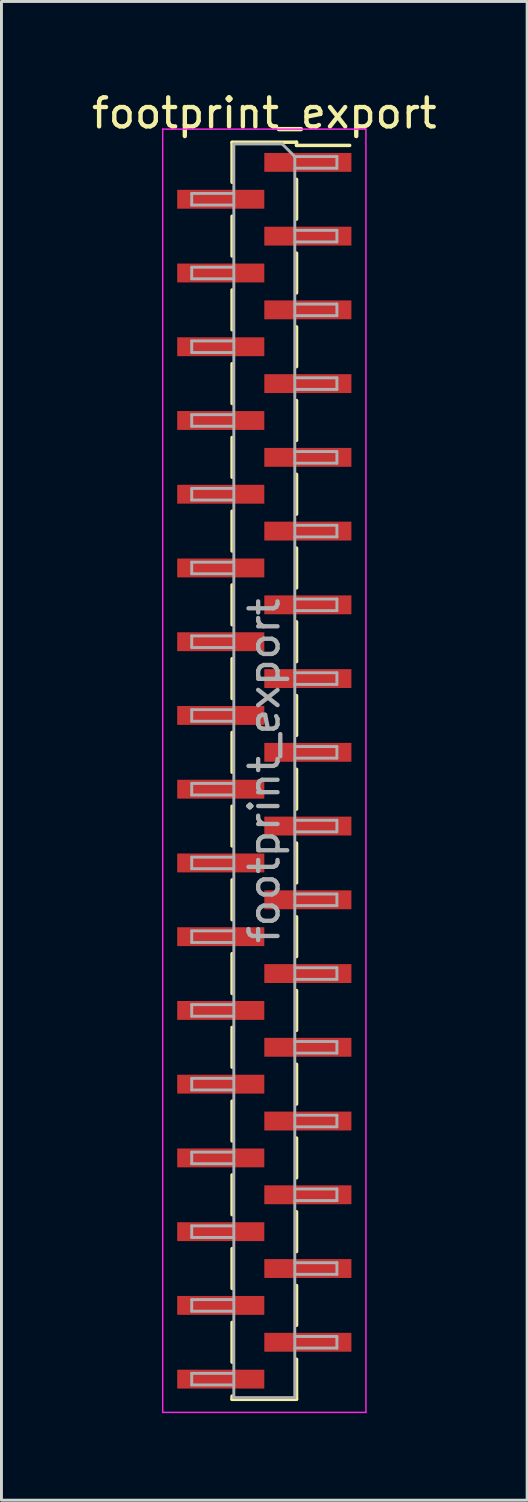
<source format=kicad_pcb>
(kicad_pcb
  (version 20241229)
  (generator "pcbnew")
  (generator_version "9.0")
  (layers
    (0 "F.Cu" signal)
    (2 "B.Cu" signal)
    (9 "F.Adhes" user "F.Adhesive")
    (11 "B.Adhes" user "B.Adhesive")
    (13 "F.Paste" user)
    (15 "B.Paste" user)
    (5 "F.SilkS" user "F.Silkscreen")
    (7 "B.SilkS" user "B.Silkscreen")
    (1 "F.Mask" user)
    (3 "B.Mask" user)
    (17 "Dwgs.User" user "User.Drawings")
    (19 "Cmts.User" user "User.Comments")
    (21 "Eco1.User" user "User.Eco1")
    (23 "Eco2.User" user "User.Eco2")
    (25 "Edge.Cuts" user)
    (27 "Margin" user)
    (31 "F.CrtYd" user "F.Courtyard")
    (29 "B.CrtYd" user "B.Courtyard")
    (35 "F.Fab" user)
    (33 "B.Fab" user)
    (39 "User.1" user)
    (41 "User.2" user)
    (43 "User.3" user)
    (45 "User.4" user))
  (footprint "footprint_export"
    (layer "F.Cu")
    (at 6.054 23.498)
    (property "Reference" "footprint_export" (at 0 -22.65 0) (layer "F.SilkS") (effects (font (size 1 1) (thickness 0.15))))
    (attr smd)
    (fp_line (start -1.11 -21.65) (end 1.11 -21.65) (stroke (width 0.12) (type solid)) (layer "F.SilkS"))
    (fp_line (start -1.11 -21.64) (end -1.11 -20.27) (stroke (width 0.12) (type solid)) (layer "F.SilkS"))
    (fp_line (start -1.11 -19.1) (end -1.11 -17.73) (stroke (width 0.12) (type solid)) (layer "F.SilkS"))
    (fp_line (start -1.11 -16.56) (end -1.11 -15.19) (stroke (width 0.12) (type solid)) (layer "F.SilkS"))
    (fp_line (start -1.11 -14.02) (end -1.11 -12.65) (stroke (width 0.12) (type solid)) (layer "F.SilkS"))
    (fp_line (start -1.11 -11.48) (end -1.11 -10.11) (stroke (width 0.12) (type solid)) (layer "F.SilkS"))
    (fp_line (start -1.11 -8.94) (end -1.11 -7.57) (stroke (width 0.12) (type solid)) (layer "F.SilkS"))
    (fp_line (start -1.11 -6.4) (end -1.11 -5.03) (stroke (width 0.12) (type solid)) (layer "F.SilkS"))
    (fp_line (start -1.11 -3.86) (end -1.11 -2.49) (stroke (width 0.12) (type solid)) (layer "F.SilkS"))
    (fp_line (start -1.11 -1.32) (end -1.11 0.05) (stroke (width 0.12) (type solid)) (layer "F.SilkS"))
    (fp_line (start -1.11 1.22) (end -1.11 2.59) (stroke (width 0.12) (type solid)) (layer "F.SilkS"))
    (fp_line (start -1.11 3.76) (end -1.11 5.13) (stroke (width 0.12) (type solid)) (layer "F.SilkS"))
    (fp_line (start -1.11 6.3) (end -1.11 7.67) (stroke (width 0.12) (type solid)) (layer "F.SilkS"))
    (fp_line (start -1.11 8.84) (end -1.11 10.21) (stroke (width 0.12) (type solid)) (layer "F.SilkS"))
    (fp_line (start -1.11 11.38) (end -1.11 12.75) (stroke (width 0.12) (type solid)) (layer "F.SilkS"))
    (fp_line (start -1.11 13.92) (end -1.11 15.29) (stroke (width 0.12) (type solid)) (layer "F.SilkS"))
    (fp_line (start -1.11 16.46) (end -1.11 17.83) (stroke (width 0.12) (type solid)) (layer "F.SilkS"))
    (fp_line (start -1.11 19) (end -1.11 20.37) (stroke (width 0.12) (type solid)) (layer "F.SilkS"))
    (fp_line (start -1.11 21.54) (end -1.11 21.65) (stroke (width 0.12) (type solid)) (layer "F.SilkS"))
    (fp_line (start -1.11 21.65) (end 1.11 21.65) (stroke (width 0.12) (type solid)) (layer "F.SilkS"))
    (fp_line (start 1.11 -21.65) (end 1.11 -21.54) (stroke (width 0.12) (type solid)) (layer "F.SilkS"))
    (fp_line (start 1.11 -21.54) (end 2.94 -21.54) (stroke (width 0.12) (type solid)) (layer "F.SilkS"))
    (fp_line (start 1.11 -20.37) (end 1.11 -19) (stroke (width 0.12) (type solid)) (layer "F.SilkS"))
    (fp_line (start 1.11 -17.83) (end 1.11 -16.46) (stroke (width 0.12) (type solid)) (layer "F.SilkS"))
    (fp_line (start 1.11 -15.29) (end 1.11 -13.92) (stroke (width 0.12) (type solid)) (layer "F.SilkS"))
    (fp_line (start 1.11 -12.75) (end 1.11 -11.38) (stroke (width 0.12) (type solid)) (layer "F.SilkS"))
    (fp_line (start 1.11 -10.21) (end 1.11 -8.84) (stroke (width 0.12) (type solid)) (layer "F.SilkS"))
    (fp_line (start 1.11 -7.67) (end 1.11 -6.3) (stroke (width 0.12) (type solid)) (layer "F.SilkS"))
    (fp_line (start 1.11 -5.13) (end 1.11 -3.76) (stroke (width 0.12) (type solid)) (layer "F.SilkS"))
    (fp_line (start 1.11 -2.59) (end 1.11 -1.22) (stroke (width 0.12) (type solid)) (layer "F.SilkS"))
    (fp_line (start 1.11 -0.05) (end 1.11 1.32) (stroke (width 0.12) (type solid)) (layer "F.SilkS"))
    (fp_line (start 1.11 2.49) (end 1.11 3.86) (stroke (width 0.12) (type solid)) (layer "F.SilkS"))
    (fp_line (start 1.11 5.03) (end 1.11 6.4) (stroke (width 0.12) (type solid)) (layer "F.SilkS"))
    (fp_line (start 1.11 7.57) (end 1.11 8.94) (stroke (width 0.12) (type solid)) (layer "F.SilkS"))
    (fp_line (start 1.11 10.11) (end 1.11 11.48) (stroke (width 0.12) (type solid)) (layer "F.SilkS"))
    (fp_line (start 1.11 12.65) (end 1.11 14.02) (stroke (width 0.12) (type solid)) (layer "F.SilkS"))
    (fp_line (start 1.11 15.19) (end 1.11 16.56) (stroke (width 0.12) (type solid)) (layer "F.SilkS"))
    (fp_line (start 1.11 17.73) (end 1.11 19.1) (stroke (width 0.12) (type solid)) (layer "F.SilkS"))
    (fp_line (start 1.11 20.27) (end 1.11 21.64) (stroke (width 0.12) (type solid)) (layer "F.SilkS"))
    (fp_line (start -3.5 -22.1) (end -3.5 22.1) (stroke (width 0.05) (type solid)) (layer "F.CrtYd"))
    (fp_line (start -3.5 22.1) (end 3.5 22.1) (stroke (width 0.05) (type solid)) (layer "F.CrtYd"))
    (fp_line (start 3.5 -22.1) (end -3.5 -22.1) (stroke (width 0.05) (type solid)) (layer "F.CrtYd"))
    (fp_line (start 3.5 22.1) (end 3.5 -22.1) (stroke (width 0.05) (type solid)) (layer "F.CrtYd"))
    (fp_line (start -2.5 -19.885) (end -2.5 -19.485) (stroke (width 0.1) (type solid)) (layer "F.Fab"))
    (fp_line (start -2.5 -19.485) (end -1.05 -19.485) (stroke (width 0.1) (type solid)) (layer "F.Fab"))
    (fp_line (start -2.5 -17.345) (end -2.5 -16.945) (stroke (width 0.1) (type solid)) (layer "F.Fab"))
    (fp_line (start -2.5 -16.945) (end -1.05 -16.945) (stroke (width 0.1) (type solid)) (layer "F.Fab"))
    (fp_line (start -2.5 -14.805) (end -2.5 -14.405) (stroke (width 0.1) (type solid)) (layer "F.Fab"))
    (fp_line (start -2.5 -14.405) (end -1.05 -14.405) (stroke (width 0.1) (type solid)) (layer "F.Fab"))
    (fp_line (start -2.5 -12.265) (end -2.5 -11.865) (stroke (width 0.1) (type solid)) (layer "F.Fab"))
    (fp_line (start -2.5 -11.865) (end -1.05 -11.865) (stroke (width 0.1) (type solid)) (layer "F.Fab"))
    (fp_line (start -2.5 -9.725) (end -2.5 -9.325) (stroke (width 0.1) (type solid)) (layer "F.Fab"))
    (fp_line (start -2.5 -9.325) (end -1.05 -9.325) (stroke (width 0.1) (type solid)) (layer "F.Fab"))
    (fp_line (start -2.5 -7.185) (end -2.5 -6.785) (stroke (width 0.1) (type solid)) (layer "F.Fab"))
    (fp_line (start -2.5 -6.785) (end -1.05 -6.785) (stroke (width 0.1) (type solid)) (layer "F.Fab"))
    (fp_line (start -2.5 -4.645) (end -2.5 -4.245) (stroke (width 0.1) (type solid)) (layer "F.Fab"))
    (fp_line (start -2.5 -4.245) (end -1.05 -4.245) (stroke (width 0.1) (type solid)) (layer "F.Fab"))
    (fp_line (start -2.5 -2.105) (end -2.5 -1.705) (stroke (width 0.1) (type solid)) (layer "F.Fab"))
    (fp_line (start -2.5 -1.705) (end -1.05 -1.705) (stroke (width 0.1) (type solid)) (layer "F.Fab"))
    (fp_line (start -2.5 0.435) (end -2.5 0.835) (stroke (width 0.1) (type solid)) (layer "F.Fab"))
    (fp_line (start -2.5 0.835) (end -1.05 0.835) (stroke (width 0.1) (type solid)) (layer "F.Fab"))
    (fp_line (start -2.5 2.975) (end -2.5 3.375) (stroke (width 0.1) (type solid)) (layer "F.Fab"))
    (fp_line (start -2.5 3.375) (end -1.05 3.375) (stroke (width 0.1) (type solid)) (layer "F.Fab"))
    (fp_line (start -2.5 5.515) (end -2.5 5.915) (stroke (width 0.1) (type solid)) (layer "F.Fab"))
    (fp_line (start -2.5 5.915) (end -1.05 5.915) (stroke (width 0.1) (type solid)) (layer "F.Fab"))
    (fp_line (start -2.5 8.055) (end -2.5 8.455) (stroke (width 0.1) (type solid)) (layer "F.Fab"))
    (fp_line (start -2.5 8.455) (end -1.05 8.455) (stroke (width 0.1) (type solid)) (layer "F.Fab"))
    (fp_line (start -2.5 10.595) (end -2.5 10.995) (stroke (width 0.1) (type solid)) (layer "F.Fab"))
    (fp_line (start -2.5 10.995) (end -1.05 10.995) (stroke (width 0.1) (type solid)) (layer "F.Fab"))
    (fp_line (start -2.5 13.135) (end -2.5 13.535) (stroke (width 0.1) (type solid)) (layer "F.Fab"))
    (fp_line (start -2.5 13.535) (end -1.05 13.535) (stroke (width 0.1) (type solid)) (layer "F.Fab"))
    (fp_line (start -2.5 15.675) (end -2.5 16.075) (stroke (width 0.1) (type solid)) (layer "F.Fab"))
    (fp_line (start -2.5 16.075) (end -1.05 16.075) (stroke (width 0.1) (type solid)) (layer "F.Fab"))
    (fp_line (start -2.5 18.215) (end -2.5 18.615) (stroke (width 0.1) (type solid)) (layer "F.Fab"))
    (fp_line (start -2.5 18.615) (end -1.05 18.615) (stroke (width 0.1) (type solid)) (layer "F.Fab"))
    (fp_line (start -2.5 20.755) (end -2.5 21.155) (stroke (width 0.1) (type solid)) (layer "F.Fab"))
    (fp_line (start -2.5 21.155) (end -1.05 21.155) (stroke (width 0.1) (type solid)) (layer "F.Fab"))
    (fp_line (start -1.05 -21.59) (end -1.05 21.59) (stroke (width 0.1) (type solid)) (layer "F.Fab"))
    (fp_line (start -1.05 -21.59) (end 0.615 -21.59) (stroke (width 0.1) (type solid)) (layer "F.Fab"))
    (fp_line (start -1.05 -19.885) (end -2.5 -19.885) (stroke (width 0.1) (type solid)) (layer "F.Fab"))
    (fp_line (start -1.05 -17.345) (end -2.5 -17.345) (stroke (width 0.1) (type solid)) (layer "F.Fab"))
    (fp_line (start -1.05 -14.805) (end -2.5 -14.805) (stroke (width 0.1) (type solid)) (layer "F.Fab"))
    (fp_line (start -1.05 -12.265) (end -2.5 -12.265) (stroke (width 0.1) (type solid)) (layer "F.Fab"))
    (fp_line (start -1.05 -9.725) (end -2.5 -9.725) (stroke (width 0.1) (type solid)) (layer "F.Fab"))
    (fp_line (start -1.05 -7.185) (end -2.5 -7.185) (stroke (width 0.1) (type solid)) (layer "F.Fab"))
    (fp_line (start -1.05 -4.645) (end -2.5 -4.645) (stroke (width 0.1) (type solid)) (layer "F.Fab"))
    (fp_line (start -1.05 -2.105) (end -2.5 -2.105) (stroke (width 0.1) (type solid)) (layer "F.Fab"))
    (fp_line (start -1.05 0.435) (end -2.5 0.435) (stroke (width 0.1) (type solid)) (layer "F.Fab"))
    (fp_line (start -1.05 2.975) (end -2.5 2.975) (stroke (width 0.1) (type solid)) (layer "F.Fab"))
    (fp_line (start -1.05 5.515) (end -2.5 5.515) (stroke (width 0.1) (type solid)) (layer "F.Fab"))
    (fp_line (start -1.05 8.055) (end -2.5 8.055) (stroke (width 0.1) (type solid)) (layer "F.Fab"))
    (fp_line (start -1.05 10.595) (end -2.5 10.595) (stroke (width 0.1) (type solid)) (layer "F.Fab"))
    (fp_line (start -1.05 13.135) (end -2.5 13.135) (stroke (width 0.1) (type solid)) (layer "F.Fab"))
    (fp_line (start -1.05 15.675) (end -2.5 15.675) (stroke (width 0.1) (type solid)) (layer "F.Fab"))
    (fp_line (start -1.05 18.215) (end -2.5 18.215) (stroke (width 0.1) (type solid)) (layer "F.Fab"))
    (fp_line (start -1.05 20.755) (end -2.5 20.755) (stroke (width 0.1) (type solid)) (layer "F.Fab"))
    (fp_line (start 1.05 -21.155) (end 0.615 -21.59) (stroke (width 0.1) (type solid)) (layer "F.Fab"))
    (fp_line (start 1.05 -21.155) (end 2.5 -21.155) (stroke (width 0.1) (type solid)) (layer "F.Fab"))
    (fp_line (start 1.05 -18.615) (end 2.5 -18.615) (stroke (width 0.1) (type solid)) (layer "F.Fab"))
    (fp_line (start 1.05 -16.075) (end 2.5 -16.075) (stroke (width 0.1) (type solid)) (layer "F.Fab"))
    (fp_line (start 1.05 -13.535) (end 2.5 -13.535) (stroke (width 0.1) (type solid)) (layer "F.Fab"))
    (fp_line (start 1.05 -10.995) (end 2.5 -10.995) (stroke (width 0.1) (type solid)) (layer "F.Fab"))
    (fp_line (start 1.05 -8.455) (end 2.5 -8.455) (stroke (width 0.1) (type solid)) (layer "F.Fab"))
    (fp_line (start 1.05 -5.915) (end 2.5 -5.915) (stroke (width 0.1) (type solid)) (layer "F.Fab"))
    (fp_line (start 1.05 -3.375) (end 2.5 -3.375) (stroke (width 0.1) (type solid)) (layer "F.Fab"))
    (fp_line (start 1.05 -0.835) (end 2.5 -0.835) (stroke (width 0.1) (type solid)) (layer "F.Fab"))
    (fp_line (start 1.05 1.705) (end 2.5 1.705) (stroke (width 0.1) (type solid)) (layer "F.Fab"))
    (fp_line (start 1.05 4.245) (end 2.5 4.245) (stroke (width 0.1) (type solid)) (layer "F.Fab"))
    (fp_line (start 1.05 6.785) (end 2.5 6.785) (stroke (width 0.1) (type solid)) (layer "F.Fab"))
    (fp_line (start 1.05 9.325) (end 2.5 9.325) (stroke (width 0.1) (type solid)) (layer "F.Fab"))
    (fp_line (start 1.05 11.865) (end 2.5 11.865) (stroke (width 0.1) (type solid)) (layer "F.Fab"))
    (fp_line (start 1.05 14.405) (end 2.5 14.405) (stroke (width 0.1) (type solid)) (layer "F.Fab"))
    (fp_line (start 1.05 16.945) (end 2.5 16.945) (stroke (width 0.1) (type solid)) (layer "F.Fab"))
    (fp_line (start 1.05 19.485) (end 2.5 19.485) (stroke (width 0.1) (type solid)) (layer "F.Fab"))
    (fp_line (start 1.05 21.59) (end -1.05 21.59) (stroke (width 0.1) (type solid)) (layer "F.Fab"))
    (fp_line (start 1.05 21.59) (end 1.05 -21.155) (stroke (width 0.1) (type solid)) (layer "F.Fab"))
    (fp_line (start 2.5 -21.155) (end 2.5 -20.755) (stroke (width 0.1) (type solid)) (layer "F.Fab"))
    (fp_line (start 2.5 -20.755) (end 1.05 -20.755) (stroke (width 0.1) (type solid)) (layer "F.Fab"))
    (fp_line (start 2.5 -18.615) (end 2.5 -18.215) (stroke (width 0.1) (type solid)) (layer "F.Fab"))
    (fp_line (start 2.5 -18.215) (end 1.05 -18.215) (stroke (width 0.1) (type solid)) (layer "F.Fab"))
    (fp_line (start 2.5 -16.075) (end 2.5 -15.675) (stroke (width 0.1) (type solid)) (layer "F.Fab"))
    (fp_line (start 2.5 -15.675) (end 1.05 -15.675) (stroke (width 0.1) (type solid)) (layer "F.Fab"))
    (fp_line (start 2.5 -13.535) (end 2.5 -13.135) (stroke (width 0.1) (type solid)) (layer "F.Fab"))
    (fp_line (start 2.5 -13.135) (end 1.05 -13.135) (stroke (width 0.1) (type solid)) (layer "F.Fab"))
    (fp_line (start 2.5 -10.995) (end 2.5 -10.595) (stroke (width 0.1) (type solid)) (layer "F.Fab"))
    (fp_line (start 2.5 -10.595) (end 1.05 -10.595) (stroke (width 0.1) (type solid)) (layer "F.Fab"))
    (fp_line (start 2.5 -8.455) (end 2.5 -8.055) (stroke (width 0.1) (type solid)) (layer "F.Fab"))
    (fp_line (start 2.5 -8.055) (end 1.05 -8.055) (stroke (width 0.1) (type solid)) (layer "F.Fab"))
    (fp_line (start 2.5 -5.915) (end 2.5 -5.515) (stroke (width 0.1) (type solid)) (layer "F.Fab"))
    (fp_line (start 2.5 -5.515) (end 1.05 -5.515) (stroke (width 0.1) (type solid)) (layer "F.Fab"))
    (fp_line (start 2.5 -3.375) (end 2.5 -2.975) (stroke (width 0.1) (type solid)) (layer "F.Fab"))
    (fp_line (start 2.5 -2.975) (end 1.05 -2.975) (stroke (width 0.1) (type solid)) (layer "F.Fab"))
    (fp_line (start 2.5 -0.835) (end 2.5 -0.435) (stroke (width 0.1) (type solid)) (layer "F.Fab"))
    (fp_line (start 2.5 -0.435) (end 1.05 -0.435) (stroke (width 0.1) (type solid)) (layer "F.Fab"))
    (fp_line (start 2.5 1.705) (end 2.5 2.105) (stroke (width 0.1) (type solid)) (layer "F.Fab"))
    (fp_line (start 2.5 2.105) (end 1.05 2.105) (stroke (width 0.1) (type solid)) (layer "F.Fab"))
    (fp_line (start 2.5 4.245) (end 2.5 4.645) (stroke (width 0.1) (type solid)) (layer "F.Fab"))
    (fp_line (start 2.5 4.645) (end 1.05 4.645) (stroke (width 0.1) (type solid)) (layer "F.Fab"))
    (fp_line (start 2.5 6.785) (end 2.5 7.185) (stroke (width 0.1) (type solid)) (layer "F.Fab"))
    (fp_line (start 2.5 7.185) (end 1.05 7.185) (stroke (width 0.1) (type solid)) (layer "F.Fab"))
    (fp_line (start 2.5 9.325) (end 2.5 9.725) (stroke (width 0.1) (type solid)) (layer "F.Fab"))
    (fp_line (start 2.5 9.725) (end 1.05 9.725) (stroke (width 0.1) (type solid)) (layer "F.Fab"))
    (fp_line (start 2.5 11.865) (end 2.5 12.265) (stroke (width 0.1) (type solid)) (layer "F.Fab"))
    (fp_line (start 2.5 12.265) (end 1.05 12.265) (stroke (width 0.1) (type solid)) (layer "F.Fab"))
    (fp_line (start 2.5 14.405) (end 2.5 14.805) (stroke (width 0.1) (type solid)) (layer "F.Fab"))
    (fp_line (start 2.5 14.805) (end 1.05 14.805) (stroke (width 0.1) (type solid)) (layer "F.Fab"))
    (fp_line (start 2.5 16.945) (end 2.5 17.345) (stroke (width 0.1) (type solid)) (layer "F.Fab"))
    (fp_line (start 2.5 17.345) (end 1.05 17.345) (stroke (width 0.1) (type solid)) (layer "F.Fab"))
    (fp_line (start 2.5 19.485) (end 2.5 19.885) (stroke (width 0.1) (type solid)) (layer "F.Fab"))
    (fp_line (start 2.5 19.885) (end 1.05 19.885) (stroke (width 0.1) (type solid)) (layer "F.Fab"))
    (fp_text user "${REFERENCE}" (at 0 0 90) (layer "F.Fab") (effects (font (size 1 1) (thickness 0.15))))
    (pad "1" smd rect (at 1.5 -20.955) (size 3 0.65) (layers "F.Cu" "F.Mask" "F.Paste"))
    (pad "2" smd rect (at -1.5 -19.685) (size 3 0.65) (layers "F.Cu" "F.Mask" "F.Paste"))
    (pad "3" smd rect (at 1.5 -18.415) (size 3 0.65) (layers "F.Cu" "F.Mask" "F.Paste"))
    (pad "4" smd rect (at -1.5 -17.145) (size 3 0.65) (layers "F.Cu" "F.Mask" "F.Paste"))
    (pad "5" smd rect (at 1.5 -15.875) (size 3 0.65) (layers "F.Cu" "F.Mask" "F.Paste"))
    (pad "6" smd rect (at -1.5 -14.605) (size 3 0.65) (layers "F.Cu" "F.Mask" "F.Paste"))
    (pad "7" smd rect (at 1.5 -13.335) (size 3 0.65) (layers "F.Cu" "F.Mask" "F.Paste"))
    (pad "8" smd rect (at -1.5 -12.065) (size 3 0.65) (layers "F.Cu" "F.Mask" "F.Paste"))
    (pad "9" smd rect (at 1.5 -10.795) (size 3 0.65) (layers "F.Cu" "F.Mask" "F.Paste"))
    (pad "10" smd rect (at -1.5 -9.525) (size 3 0.65) (layers "F.Cu" "F.Mask" "F.Paste"))
    (pad "11" smd rect (at 1.5 -8.255) (size 3 0.65) (layers "F.Cu" "F.Mask" "F.Paste"))
    (pad "12" smd rect (at -1.5 -6.985) (size 3 0.65) (layers "F.Cu" "F.Mask" "F.Paste"))
    (pad "13" smd rect (at 1.5 -5.715) (size 3 0.65) (layers "F.Cu" "F.Mask" "F.Paste"))
    (pad "14" smd rect (at -1.5 -4.445) (size 3 0.65) (layers "F.Cu" "F.Mask" "F.Paste"))
    (pad "15" smd rect (at 1.5 -3.175) (size 3 0.65) (layers "F.Cu" "F.Mask" "F.Paste"))
    (pad "16" smd rect (at -1.5 -1.905) (size 3 0.65) (layers "F.Cu" "F.Mask" "F.Paste"))
    (pad "17" smd rect (at 1.5 -0.635) (size 3 0.65) (layers "F.Cu" "F.Mask" "F.Paste"))
    (pad "18" smd rect (at -1.5 0.635) (size 3 0.65) (layers "F.Cu" "F.Mask" "F.Paste"))
    (pad "19" smd rect (at 1.5 1.905) (size 3 0.65) (layers "F.Cu" "F.Mask" "F.Paste"))
    (pad "20" smd rect (at -1.5 3.175) (size 3 0.65) (layers "F.Cu" "F.Mask" "F.Paste"))
    (pad "21" smd rect (at 1.5 4.445) (size 3 0.65) (layers "F.Cu" "F.Mask" "F.Paste"))
    (pad "22" smd rect (at -1.5 5.715) (size 3 0.65) (layers "F.Cu" "F.Mask" "F.Paste"))
    (pad "23" smd rect (at 1.5 6.985) (size 3 0.65) (layers "F.Cu" "F.Mask" "F.Paste"))
    (pad "24" smd rect (at -1.5 8.255) (size 3 0.65) (layers "F.Cu" "F.Mask" "F.Paste"))
    (pad "25" smd rect (at 1.5 9.525) (size 3 0.65) (layers "F.Cu" "F.Mask" "F.Paste"))
    (pad "26" smd rect (at -1.5 10.795) (size 3 0.65) (layers "F.Cu" "F.Mask" "F.Paste"))
    (pad "27" smd rect (at 1.5 12.065) (size 3 0.65) (layers "F.Cu" "F.Mask" "F.Paste"))
    (pad "28" smd rect (at -1.5 13.335) (size 3 0.65) (layers "F.Cu" "F.Mask" "F.Paste"))
    (pad "29" smd rect (at 1.5 14.605) (size 3 0.65) (layers "F.Cu" "F.Mask" "F.Paste"))
    (pad "30" smd rect (at -1.5 15.875) (size 3 0.65) (layers "F.Cu" "F.Mask" "F.Paste"))
    (pad "31" smd rect (at 1.5 17.145) (size 3 0.65) (layers "F.Cu" "F.Mask" "F.Paste"))
    (pad "32" smd rect (at -1.5 18.415) (size 3 0.65) (layers "F.Cu" "F.Mask" "F.Paste"))
    (pad "33" smd rect (at 1.5 19.685) (size 3 0.65) (layers "F.Cu" "F.Mask" "F.Paste"))
    (pad "34" smd rect (at -1.5 20.955) (size 3 0.65) (layers "F.Cu" "F.Mask" "F.Paste")))
  (gr_rect
    (start -3 -3)
    (end 15.107 48.623)
    (stroke (width 0.1) (type default))
    (fill no)
    (layer "Edge.Cuts")))
</source>
